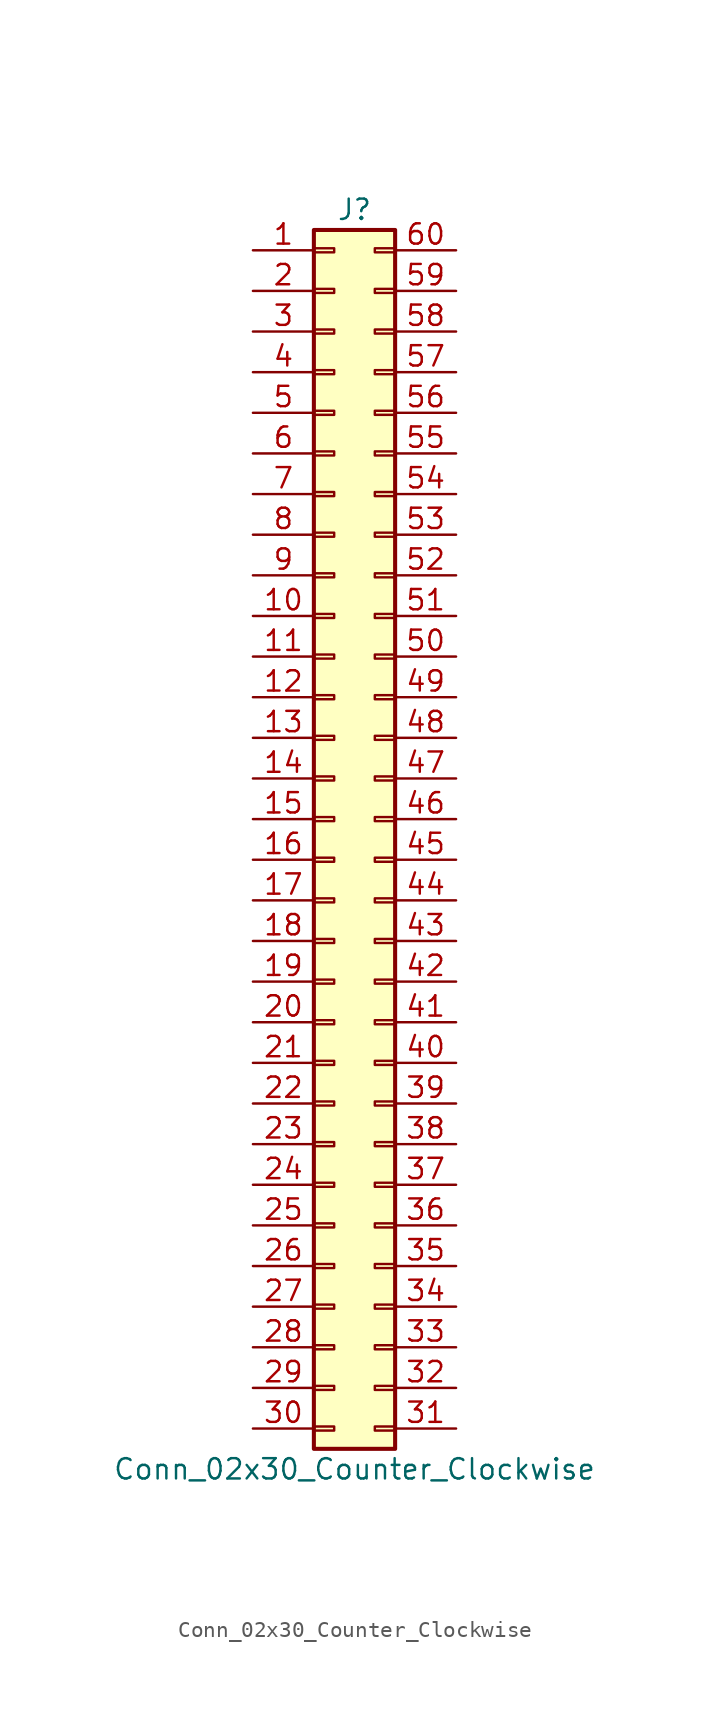
<source format=kicad_sym>
(kicad_symbol_lib
  (version 20201005)
  (generator kicad_symbol_editor)
  (symbol "Conn_02x30_Counter_Clockwise"
    (pin_names
      (offset 1.016) hide)
    (property "Reference" "J"
      (at 1.27 38.1 0)
      (effects (font (size 1.27 1.27))))
    (property "Value" "Conn_02x30_Counter_Clockwise"
      (at 1.27 -40.64 0)
      (effects (font (size 1.27 1.27))))
    (symbol "Conn_02x30_Counter_Clockwise_1_1"
      (rectangle (start -1.27 -37.973) (end 0 -38.227) (stroke (width 0.152)) (fill (type none)))
      (rectangle (start -1.27 -35.433) (end 0 -35.687) (stroke (width 0.152)) (fill (type none)))
      (rectangle (start -1.27 -32.893) (end 0 -33.147) (stroke (width 0.152)) (fill (type none)))
      (rectangle (start -1.27 -30.353) (end 0 -30.607) (stroke (width 0.152)) (fill (type none)))
      (rectangle (start -1.27 -27.813) (end 0 -28.067) (stroke (width 0.152)) (fill (type none)))
      (rectangle (start -1.27 -25.273) (end 0 -25.527) (stroke (width 0.152)) (fill (type none)))
      (rectangle (start -1.27 -22.733) (end 0 -22.987) (stroke (width 0.152)) (fill (type none)))
      (rectangle (start -1.27 -20.193) (end 0 -20.447) (stroke (width 0.152)) (fill (type none)))
      (rectangle (start -1.27 -17.653) (end 0 -17.907) (stroke (width 0.152)) (fill (type none)))
      (rectangle (start -1.27 -15.113) (end 0 -15.367) (stroke (width 0.152)) (fill (type none)))
      (rectangle (start -1.27 -12.573) (end 0 -12.827) (stroke (width 0.152)) (fill (type none)))
      (rectangle (start -1.27 -10.033) (end 0 -10.287) (stroke (width 0.152)) (fill (type none)))
      (rectangle (start -1.27 -7.493) (end 0 -7.747) (stroke (width 0.152)) (fill (type none)))
      (rectangle (start -1.27 -4.953) (end 0 -5.207) (stroke (width 0.152)) (fill (type none)))
      (rectangle (start -1.27 -2.413) (end 0 -2.667) (stroke (width 0.152)) (fill (type none)))
      (rectangle (start -1.27 0.127) (end 0 -0.127) (stroke (width 0.152)) (fill (type none)))
      (rectangle (start -1.27 2.667) (end 0 2.413) (stroke (width 0.152)) (fill (type none)))
      (rectangle (start -1.27 5.207) (end 0 4.953) (stroke (width 0.152)) (fill (type none)))
      (rectangle (start -1.27 7.747) (end 0 7.493) (stroke (width 0.152)) (fill (type none)))
      (rectangle (start -1.27 10.287) (end 0 10.033) (stroke (width 0.152)) (fill (type none)))
      (rectangle (start -1.27 12.827) (end 0 12.573) (stroke (width 0.152)) (fill (type none)))
      (rectangle (start -1.27 15.367) (end 0 15.113) (stroke (width 0.152)) (fill (type none)))
      (rectangle (start -1.27 17.907) (end 0 17.653) (stroke (width 0.152)) (fill (type none)))
      (rectangle (start -1.27 20.447) (end 0 20.193) (stroke (width 0.152)) (fill (type none)))
      (rectangle (start -1.27 22.987) (end 0 22.733) (stroke (width 0.152)) (fill (type none)))
      (rectangle (start -1.27 25.527) (end 0 25.273) (stroke (width 0.152)) (fill (type none)))
      (rectangle (start -1.27 28.067) (end 0 27.813) (stroke (width 0.152)) (fill (type none)))
      (rectangle (start -1.27 30.607) (end 0 30.353) (stroke (width 0.152)) (fill (type none)))
      (rectangle (start -1.27 33.147) (end 0 32.893) (stroke (width 0.152)) (fill (type none)))
      (rectangle (start -1.27 35.687) (end 0 35.433) (stroke (width 0.152)) (fill (type none)))
      (rectangle (start 3.81 -37.973) (end 2.54 -38.227) (stroke (width 0.152)) (fill (type none)))
      (rectangle (start 3.81 -35.433) (end 2.54 -35.687) (stroke (width 0.152)) (fill (type none)))
      (rectangle (start 3.81 -32.893) (end 2.54 -33.147) (stroke (width 0.152)) (fill (type none)))
      (rectangle (start 3.81 -30.353) (end 2.54 -30.607) (stroke (width 0.152)) (fill (type none)))
      (rectangle (start 3.81 -27.813) (end 2.54 -28.067) (stroke (width 0.152)) (fill (type none)))
      (rectangle (start 3.81 -25.273) (end 2.54 -25.527) (stroke (width 0.152)) (fill (type none)))
      (rectangle (start 3.81 -22.733) (end 2.54 -22.987) (stroke (width 0.152)) (fill (type none)))
      (rectangle (start 3.81 -20.193) (end 2.54 -20.447) (stroke (width 0.152)) (fill (type none)))
      (rectangle (start 3.81 -17.653) (end 2.54 -17.907) (stroke (width 0.152)) (fill (type none)))
      (rectangle (start 3.81 -15.113) (end 2.54 -15.367) (stroke (width 0.152)) (fill (type none)))
      (rectangle (start 3.81 -12.573) (end 2.54 -12.827) (stroke (width 0.152)) (fill (type none)))
      (rectangle (start 3.81 -10.033) (end 2.54 -10.287) (stroke (width 0.152)) (fill (type none)))
      (rectangle (start 3.81 -7.493) (end 2.54 -7.747) (stroke (width 0.152)) (fill (type none)))
      (rectangle (start 3.81 -4.953) (end 2.54 -5.207) (stroke (width 0.152)) (fill (type none)))
      (rectangle (start 3.81 -2.413) (end 2.54 -2.667) (stroke (width 0.152)) (fill (type none)))
      (rectangle (start 3.81 0.127) (end 2.54 -0.127) (stroke (width 0.152)) (fill (type none)))
      (rectangle (start 3.81 2.667) (end 2.54 2.413) (stroke (width 0.152)) (fill (type none)))
      (rectangle (start 3.81 5.207) (end 2.54 4.953) (stroke (width 0.152)) (fill (type none)))
      (rectangle (start 3.81 7.747) (end 2.54 7.493) (stroke (width 0.152)) (fill (type none)))
      (rectangle (start 3.81 10.287) (end 2.54 10.033) (stroke (width 0.152)) (fill (type none)))
      (rectangle (start 3.81 12.827) (end 2.54 12.573) (stroke (width 0.152)) (fill (type none)))
      (rectangle (start 3.81 15.367) (end 2.54 15.113) (stroke (width 0.152)) (fill (type none)))
      (rectangle (start 3.81 17.907) (end 2.54 17.653) (stroke (width 0.152)) (fill (type none)))
      (rectangle (start 3.81 20.447) (end 2.54 20.193) (stroke (width 0.152)) (fill (type none)))
      (rectangle (start 3.81 22.987) (end 2.54 22.733) (stroke (width 0.152)) (fill (type none)))
      (rectangle (start 3.81 25.527) (end 2.54 25.273) (stroke (width 0.152)) (fill (type none)))
      (rectangle (start 3.81 28.067) (end 2.54 27.813) (stroke (width 0.152)) (fill (type none)))
      (rectangle (start 3.81 30.607) (end 2.54 30.353) (stroke (width 0.152)) (fill (type none)))
      (rectangle (start 3.81 33.147) (end 2.54 32.893) (stroke (width 0.152)) (fill (type none)))
      (rectangle (start 3.81 35.687) (end 2.54 35.433) (stroke (width 0.152)) (fill (type none)))
      (rectangle (start -1.27 36.83) (end 3.81 -39.37) (stroke (width 0.254)) (fill (type background)))
      (pin passive line (at -5.08 35.56 0) (length 3.81) (name "Pin_1" (effects (font (size 1.27 1.27)))) (number "1" (effects (font (size 1.27 1.27)))))
      (pin passive line (at -5.08 12.7 0) (length 3.81) (name "Pin_10" (effects (font (size 1.27 1.27)))) (number "10" (effects (font (size 1.27 1.27)))))
      (pin passive line (at -5.08 10.16 0) (length 3.81) (name "Pin_11" (effects (font (size 1.27 1.27)))) (number "11" (effects (font (size 1.27 1.27)))))
      (pin passive line (at -5.08 7.62 0) (length 3.81) (name "Pin_12" (effects (font (size 1.27 1.27)))) (number "12" (effects (font (size 1.27 1.27)))))
      (pin passive line (at -5.08 5.08 0) (length 3.81) (name "Pin_13" (effects (font (size 1.27 1.27)))) (number "13" (effects (font (size 1.27 1.27)))))
      (pin passive line (at -5.08 2.54 0) (length 3.81) (name "Pin_14" (effects (font (size 1.27 1.27)))) (number "14" (effects (font (size 1.27 1.27)))))
      (pin passive line (at -5.08 0 0) (length 3.81) (name "Pin_15" (effects (font (size 1.27 1.27)))) (number "15" (effects (font (size 1.27 1.27)))))
      (pin passive line (at -5.08 -2.54 0) (length 3.81) (name "Pin_16" (effects (font (size 1.27 1.27)))) (number "16" (effects (font (size 1.27 1.27)))))
      (pin passive line (at -5.08 -5.08 0) (length 3.81) (name "Pin_17" (effects (font (size 1.27 1.27)))) (number "17" (effects (font (size 1.27 1.27)))))
      (pin passive line (at -5.08 -7.62 0) (length 3.81) (name "Pin_18" (effects (font (size 1.27 1.27)))) (number "18" (effects (font (size 1.27 1.27)))))
      (pin passive line (at -5.08 -10.16 0) (length 3.81) (name "Pin_19" (effects (font (size 1.27 1.27)))) (number "19" (effects (font (size 1.27 1.27)))))
      (pin passive line (at -5.08 33.02 0) (length 3.81) (name "Pin_2" (effects (font (size 1.27 1.27)))) (number "2" (effects (font (size 1.27 1.27)))))
      (pin passive line (at -5.08 -12.7 0) (length 3.81) (name "Pin_20" (effects (font (size 1.27 1.27)))) (number "20" (effects (font (size 1.27 1.27)))))
      (pin passive line (at -5.08 -15.24 0) (length 3.81) (name "Pin_21" (effects (font (size 1.27 1.27)))) (number "21" (effects (font (size 1.27 1.27)))))
      (pin passive line (at -5.08 -17.78 0) (length 3.81) (name "Pin_22" (effects (font (size 1.27 1.27)))) (number "22" (effects (font (size 1.27 1.27)))))
      (pin passive line (at -5.08 -20.32 0) (length 3.81) (name "Pin_23" (effects (font (size 1.27 1.27)))) (number "23" (effects (font (size 1.27 1.27)))))
      (pin passive line (at -5.08 -22.86 0) (length 3.81) (name "Pin_24" (effects (font (size 1.27 1.27)))) (number "24" (effects (font (size 1.27 1.27)))))
      (pin passive line (at -5.08 -25.4 0) (length 3.81) (name "Pin_25" (effects (font (size 1.27 1.27)))) (number "25" (effects (font (size 1.27 1.27)))))
      (pin passive line (at -5.08 -27.94 0) (length 3.81) (name "Pin_26" (effects (font (size 1.27 1.27)))) (number "26" (effects (font (size 1.27 1.27)))))
      (pin passive line (at -5.08 -30.48 0) (length 3.81) (name "Pin_27" (effects (font (size 1.27 1.27)))) (number "27" (effects (font (size 1.27 1.27)))))
      (pin passive line (at -5.08 -33.02 0) (length 3.81) (name "Pin_28" (effects (font (size 1.27 1.27)))) (number "28" (effects (font (size 1.27 1.27)))))
      (pin passive line (at -5.08 -35.56 0) (length 3.81) (name "Pin_29" (effects (font (size 1.27 1.27)))) (number "29" (effects (font (size 1.27 1.27)))))
      (pin passive line (at -5.08 30.48 0) (length 3.81) (name "Pin_3" (effects (font (size 1.27 1.27)))) (number "3" (effects (font (size 1.27 1.27)))))
      (pin passive line (at -5.08 -38.1 0) (length 3.81) (name "Pin_30" (effects (font (size 1.27 1.27)))) (number "30" (effects (font (size 1.27 1.27)))))
      (pin passive line (at 7.62 -38.1 180) (length 3.81) (name "Pin_31" (effects (font (size 1.27 1.27)))) (number "31" (effects (font (size 1.27 1.27)))))
      (pin passive line (at 7.62 -35.56 180) (length 3.81) (name "Pin_32" (effects (font (size 1.27 1.27)))) (number "32" (effects (font (size 1.27 1.27)))))
      (pin passive line (at 7.62 -33.02 180) (length 3.81) (name "Pin_33" (effects (font (size 1.27 1.27)))) (number "33" (effects (font (size 1.27 1.27)))))
      (pin passive line (at 7.62 -30.48 180) (length 3.81) (name "Pin_34" (effects (font (size 1.27 1.27)))) (number "34" (effects (font (size 1.27 1.27)))))
      (pin passive line (at 7.62 -27.94 180) (length 3.81) (name "Pin_35" (effects (font (size 1.27 1.27)))) (number "35" (effects (font (size 1.27 1.27)))))
      (pin passive line (at 7.62 -25.4 180) (length 3.81) (name "Pin_36" (effects (font (size 1.27 1.27)))) (number "36" (effects (font (size 1.27 1.27)))))
      (pin passive line (at 7.62 -22.86 180) (length 3.81) (name "Pin_37" (effects (font (size 1.27 1.27)))) (number "37" (effects (font (size 1.27 1.27)))))
      (pin passive line (at 7.62 -20.32 180) (length 3.81) (name "Pin_38" (effects (font (size 1.27 1.27)))) (number "38" (effects (font (size 1.27 1.27)))))
      (pin passive line (at 7.62 -17.78 180) (length 3.81) (name "Pin_39" (effects (font (size 1.27 1.27)))) (number "39" (effects (font (size 1.27 1.27)))))
      (pin passive line (at -5.08 27.94 0) (length 3.81) (name "Pin_4" (effects (font (size 1.27 1.27)))) (number "4" (effects (font (size 1.27 1.27)))))
      (pin passive line (at 7.62 -15.24 180) (length 3.81) (name "Pin_40" (effects (font (size 1.27 1.27)))) (number "40" (effects (font (size 1.27 1.27)))))
      (pin passive line (at 7.62 -12.7 180) (length 3.81) (name "Pin_41" (effects (font (size 1.27 1.27)))) (number "41" (effects (font (size 1.27 1.27)))))
      (pin passive line (at 7.62 -10.16 180) (length 3.81) (name "Pin_42" (effects (font (size 1.27 1.27)))) (number "42" (effects (font (size 1.27 1.27)))))
      (pin passive line (at 7.62 -7.62 180) (length 3.81) (name "Pin_43" (effects (font (size 1.27 1.27)))) (number "43" (effects (font (size 1.27 1.27)))))
      (pin passive line (at 7.62 -5.08 180) (length 3.81) (name "Pin_44" (effects (font (size 1.27 1.27)))) (number "44" (effects (font (size 1.27 1.27)))))
      (pin passive line (at 7.62 -2.54 180) (length 3.81) (name "Pin_45" (effects (font (size 1.27 1.27)))) (number "45" (effects (font (size 1.27 1.27)))))
      (pin passive line (at 7.62 0 180) (length 3.81) (name "Pin_46" (effects (font (size 1.27 1.27)))) (number "46" (effects (font (size 1.27 1.27)))))
      (pin passive line (at 7.62 2.54 180) (length 3.81) (name "Pin_47" (effects (font (size 1.27 1.27)))) (number "47" (effects (font (size 1.27 1.27)))))
      (pin passive line (at 7.62 5.08 180) (length 3.81) (name "Pin_48" (effects (font (size 1.27 1.27)))) (number "48" (effects (font (size 1.27 1.27)))))
      (pin passive line (at 7.62 7.62 180) (length 3.81) (name "Pin_49" (effects (font (size 1.27 1.27)))) (number "49" (effects (font (size 1.27 1.27)))))
      (pin passive line (at -5.08 25.4 0) (length 3.81) (name "Pin_5" (effects (font (size 1.27 1.27)))) (number "5" (effects (font (size 1.27 1.27)))))
      (pin passive line (at 7.62 10.16 180) (length 3.81) (name "Pin_50" (effects (font (size 1.27 1.27)))) (number "50" (effects (font (size 1.27 1.27)))))
      (pin passive line (at 7.62 12.7 180) (length 3.81) (name "Pin_51" (effects (font (size 1.27 1.27)))) (number "51" (effects (font (size 1.27 1.27)))))
      (pin passive line (at 7.62 15.24 180) (length 3.81) (name "Pin_52" (effects (font (size 1.27 1.27)))) (number "52" (effects (font (size 1.27 1.27)))))
      (pin passive line (at 7.62 17.78 180) (length 3.81) (name "Pin_53" (effects (font (size 1.27 1.27)))) (number "53" (effects (font (size 1.27 1.27)))))
      (pin passive line (at 7.62 20.32 180) (length 3.81) (name "Pin_54" (effects (font (size 1.27 1.27)))) (number "54" (effects (font (size 1.27 1.27)))))
      (pin passive line (at 7.62 22.86 180) (length 3.81) (name "Pin_55" (effects (font (size 1.27 1.27)))) (number "55" (effects (font (size 1.27 1.27)))))
      (pin passive line (at 7.62 25.4 180) (length 3.81) (name "Pin_56" (effects (font (size 1.27 1.27)))) (number "56" (effects (font (size 1.27 1.27)))))
      (pin passive line (at 7.62 27.94 180) (length 3.81) (name "Pin_57" (effects (font (size 1.27 1.27)))) (number "57" (effects (font (size 1.27 1.27)))))
      (pin passive line (at 7.62 30.48 180) (length 3.81) (name "Pin_58" (effects (font (size 1.27 1.27)))) (number "58" (effects (font (size 1.27 1.27)))))
      (pin passive line (at 7.62 33.02 180) (length 3.81) (name "Pin_59" (effects (font (size 1.27 1.27)))) (number "59" (effects (font (size 1.27 1.27)))))
      (pin passive line (at -5.08 22.86 0) (length 3.81) (name "Pin_6" (effects (font (size 1.27 1.27)))) (number "6" (effects (font (size 1.27 1.27)))))
      (pin passive line (at 7.62 35.56 180) (length 3.81) (name "Pin_60" (effects (font (size 1.27 1.27)))) (number "60" (effects (font (size 1.27 1.27)))))
      (pin passive line (at -5.08 20.32 0) (length 3.81) (name "Pin_7" (effects (font (size 1.27 1.27)))) (number "7" (effects (font (size 1.27 1.27)))))
      (pin passive line (at -5.08 17.78 0) (length 3.81) (name "Pin_8" (effects (font (size 1.27 1.27)))) (number "8" (effects (font (size 1.27 1.27)))))
      (pin passive line (at -5.08 15.24 0) (length 3.81) (name "Pin_9" (effects (font (size 1.27 1.27)))) (number "9" (effects (font (size 1.27 1.27))))))))
</source>
